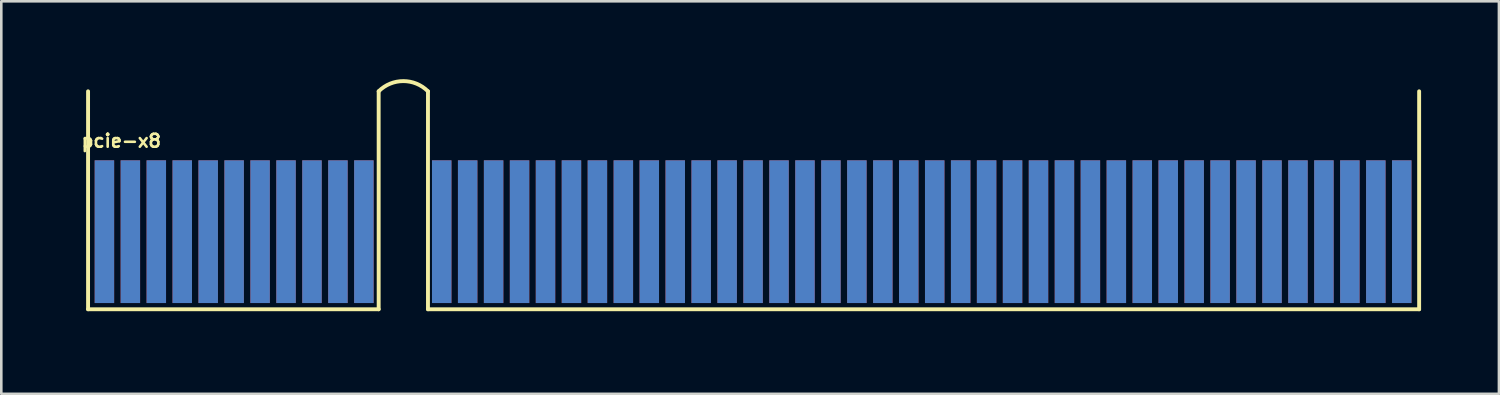
<source format=kicad_pcb>
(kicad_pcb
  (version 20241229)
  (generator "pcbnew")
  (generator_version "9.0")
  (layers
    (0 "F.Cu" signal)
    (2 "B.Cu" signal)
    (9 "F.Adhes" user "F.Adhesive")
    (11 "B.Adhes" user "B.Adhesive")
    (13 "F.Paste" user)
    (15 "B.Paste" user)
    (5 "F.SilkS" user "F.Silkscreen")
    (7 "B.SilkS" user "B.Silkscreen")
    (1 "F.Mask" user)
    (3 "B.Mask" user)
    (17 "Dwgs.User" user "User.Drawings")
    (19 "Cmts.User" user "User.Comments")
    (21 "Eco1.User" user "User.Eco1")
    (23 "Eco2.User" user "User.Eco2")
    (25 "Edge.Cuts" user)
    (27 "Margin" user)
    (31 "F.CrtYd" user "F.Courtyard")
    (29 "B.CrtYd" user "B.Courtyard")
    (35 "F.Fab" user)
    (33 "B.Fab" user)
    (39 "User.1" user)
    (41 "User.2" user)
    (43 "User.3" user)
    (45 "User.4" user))
  (footprint "pcie-x8"
    (layer "F.Cu")
    (at 12.474 8.879)
    (property "Reference" "pcie-x8" (at -10.85 -6.5 0) (layer "F.SilkS") (effects (font (size 0.5 0.5) (thickness 0.1))))
    (attr through_hole)
    (fp_line (start -12.13 -0.01) (end -12.13 -8.41) (stroke (width 0.15) (type solid)) (layer "F.SilkS"))
    (fp_line (start -0.93 -8.41) (end -0.93 -0.01) (stroke (width 0.15) (type solid)) (layer "F.SilkS"))
    (fp_line (start -0.93 -0.01) (end -12.13 -0.01) (stroke (width 0.15) (type solid)) (layer "F.SilkS"))
    (fp_line (start 0.97 -8.41) (end 0.97 -0.01) (stroke (width 0.15) (type solid)) (layer "F.SilkS"))
    (fp_line (start 0.97 -0.01) (end 39.17 -0.01) (stroke (width 0.15) (type solid)) (layer "F.SilkS"))
    (fp_line (start 39.17 -0.01) (end 39.17 -8.41) (stroke (width 0.15) (type solid)) (layer "F.SilkS"))
    (fp_arc (start -0.93 -8.41) (mid 0.02 -8.803503) (end 0.97 -8.41) (stroke (width 0.15) (type solid)) (layer "F.SilkS"))
    (pad "A1" connect rect (at -11.5 -3) (size 0.75 5.5) (layers "B.Cu" "B.Mask"))
    (pad "A2" connect rect (at -10.5 -3) (size 0.75 5.5) (layers "B.Cu" "B.Mask"))
    (pad "A3" connect rect (at -9.5 -3) (size 0.75 5.5) (layers "B.Cu" "B.Mask"))
    (pad "A4" connect rect (at -8.5 -3) (size 0.75 5.5) (layers "B.Cu" "B.Mask"))
    (pad "A5" connect rect (at -7.5 -3) (size 0.75 5.5) (layers "B.Cu" "B.Mask"))
    (pad "A6" connect rect (at -6.5 -3) (size 0.75 5.5) (layers "B.Cu" "B.Mask"))
    (pad "A7" connect rect (at -5.5 -3) (size 0.75 5.5) (layers "B.Cu" "B.Mask"))
    (pad "A8" connect rect (at -4.5 -3) (size 0.75 5.5) (layers "B.Cu" "B.Mask"))
    (pad "A9" connect rect (at -3.5 -3) (size 0.75 5.5) (layers "B.Cu" "B.Mask"))
    (pad "A10" connect rect (at -2.5 -3) (size 0.75 5.5) (layers "B.Cu" "B.Mask"))
    (pad "A11" connect rect (at -1.5 -3) (size 0.75 5.5) (layers "B.Cu" "B.Mask"))
    (pad "A12" connect rect (at 1.5 -3) (size 0.75 5.5) (layers "B.Cu" "B.Mask"))
    (pad "A13" connect rect (at 2.5 -3) (size 0.75 5.5) (layers "B.Cu" "B.Mask"))
    (pad "A14" connect rect (at 3.5 -3) (size 0.75 5.5) (layers "B.Cu" "B.Mask"))
    (pad "A15" connect rect (at 4.5 -3) (size 0.75 5.5) (layers "B.Cu" "B.Mask"))
    (pad "A16" connect rect (at 5.5 -3) (size 0.75 5.5) (layers "B.Cu" "B.Mask"))
    (pad "A17" connect rect (at 6.5 -3) (size 0.75 5.5) (layers "B.Cu" "B.Mask"))
    (pad "A18" connect rect (at 7.5 -3) (size 0.75 5.5) (layers "B.Cu" "B.Mask"))
    (pad "A19" connect rect (at 8.5 -3) (size 0.75 5.5) (layers "B.Cu" "B.Mask"))
    (pad "A20" connect rect (at 9.5 -3) (size 0.75 5.5) (layers "B.Cu" "B.Mask"))
    (pad "A21" connect rect (at 10.5 -3) (size 0.75 5.5) (layers "B.Cu" "B.Mask"))
    (pad "A22" connect rect (at 11.5 -3) (size 0.75 5.5) (layers "B.Cu" "B.Mask"))
    (pad "A23" connect rect (at 12.5 -3) (size 0.75 5.5) (layers "B.Cu" "B.Mask"))
    (pad "A24" connect rect (at 13.5 -3) (size 0.75 5.5) (layers "B.Cu" "B.Mask"))
    (pad "A25" connect rect (at 14.5 -3) (size 0.75 5.5) (layers "B.Cu" "B.Mask"))
    (pad "A26" connect rect (at 15.5 -3) (size 0.75 5.5) (layers "B.Cu" "B.Mask"))
    (pad "A27" connect rect (at 16.5 -3) (size 0.75 5.5) (layers "B.Cu" "B.Mask"))
    (pad "A28" connect rect (at 17.5 -3) (size 0.75 5.5) (layers "B.Cu" "B.Mask"))
    (pad "A29" connect rect (at 18.5 -3) (size 0.75 5.5) (layers "B.Cu" "B.Mask"))
    (pad "A30" connect rect (at 19.5 -3) (size 0.75 5.5) (layers "B.Cu" "B.Mask"))
    (pad "A31" connect rect (at 20.5 -3) (size 0.75 5.5) (layers "B.Cu" "B.Mask"))
    (pad "A32" connect rect (at 21.5 -3) (size 0.75 5.5) (layers "B.Cu" "B.Mask"))
    (pad "A33" connect rect (at 22.5 -3) (size 0.75 5.5) (layers "B.Cu" "B.Mask"))
    (pad "A34" connect rect (at 23.5 -3) (size 0.75 5.5) (layers "B.Cu" "B.Mask"))
    (pad "A35" connect rect (at 24.5 -3) (size 0.75 5.5) (layers "B.Cu" "B.Mask"))
    (pad "A36" connect rect (at 25.5 -3) (size 0.75 5.5) (layers "B.Cu" "B.Mask"))
    (pad "A37" connect rect (at 26.5 -3) (size 0.75 5.5) (layers "B.Cu" "B.Mask"))
    (pad "A38" connect rect (at 27.5 -3) (size 0.75 5.5) (layers "B.Cu" "B.Mask"))
    (pad "A39" connect rect (at 28.5 -3) (size 0.75 5.5) (layers "B.Cu" "B.Mask"))
    (pad "A40" connect rect (at 29.5 -3) (size 0.75 5.5) (layers "B.Cu" "B.Mask"))
    (pad "A41" connect rect (at 30.5 -3) (size 0.75 5.5) (layers "B.Cu" "B.Mask"))
    (pad "A42" connect rect (at 31.5 -3) (size 0.75 5.5) (layers "B.Cu" "B.Mask"))
    (pad "A43" connect rect (at 32.5 -3) (size 0.75 5.5) (layers "B.Cu" "B.Mask"))
    (pad "A44" connect rect (at 33.5 -3) (size 0.75 5.5) (layers "B.Cu" "B.Mask"))
    (pad "A45" connect rect (at 34.5 -3) (size 0.75 5.5) (layers "B.Cu" "B.Mask"))
    (pad "A46" connect rect (at 35.5 -3) (size 0.75 5.5) (layers "B.Cu" "B.Mask"))
    (pad "A47" connect rect (at 36.5 -3) (size 0.75 5.5) (layers "B.Cu" "B.Mask"))
    (pad "A48" connect rect (at 37.5 -3) (size 0.75 5.5) (layers "B.Cu" "B.Mask"))
    (pad "A49" connect rect (at 38.5 -3) (size 0.75 5.5) (layers "B.Cu" "B.Mask"))
    (pad "B1" connect rect (at -11.5 -3) (size 0.75 5.5) (layers "F.Cu" "F.Mask"))
    (pad "B2" connect rect (at -10.5 -3) (size 0.75 5.5) (layers "F.Cu" "F.Mask"))
    (pad "B3" connect rect (at -9.5 -3) (size 0.75 5.5) (layers "F.Cu" "F.Mask"))
    (pad "B4" connect rect (at -8.5 -3) (size 0.75 5.5) (layers "F.Cu" "F.Mask"))
    (pad "B5" connect rect (at -7.5 -3) (size 0.75 5.5) (layers "F.Cu" "F.Mask"))
    (pad "B6" connect rect (at -6.5 -3) (size 0.75 5.5) (layers "F.Cu" "F.Mask"))
    (pad "B7" connect rect (at -5.5 -3) (size 0.75 5.5) (layers "F.Cu" "F.Mask"))
    (pad "B8" connect rect (at -4.5 -3) (size 0.75 5.5) (layers "F.Cu" "F.Mask"))
    (pad "B9" connect rect (at -3.5 -3) (size 0.75 5.5) (layers "F.Cu" "F.Mask"))
    (pad "B10" connect rect (at -2.5 -3) (size 0.75 5.5) (layers "F.Cu" "F.Mask"))
    (pad "B11" connect rect (at -1.5 -3) (size 0.75 5.5) (layers "F.Cu" "F.Mask"))
    (pad "B12" connect rect (at 1.5 -3) (size 0.75 5.5) (layers "F.Cu" "F.Mask"))
    (pad "B13" connect rect (at 2.5 -3) (size 0.75 5.5) (layers "F.Cu" "F.Mask"))
    (pad "B14" connect rect (at 3.5 -3) (size 0.75 5.5) (layers "F.Cu" "F.Mask"))
    (pad "B15" connect rect (at 4.5 -3) (size 0.75 5.5) (layers "F.Cu" "F.Mask"))
    (pad "B16" connect rect (at 5.5 -3) (size 0.75 5.5) (layers "F.Cu" "F.Mask"))
    (pad "B17" connect rect (at 6.5 -3) (size 0.75 5.5) (layers "F.Cu" "F.Mask"))
    (pad "B18" connect rect (at 7.5 -3) (size 0.75 5.5) (layers "F.Cu" "F.Mask"))
    (pad "B19" connect rect (at 8.5 -3) (size 0.75 5.5) (layers "F.Cu" "F.Mask"))
    (pad "B20" connect rect (at 9.5 -3) (size 0.75 5.5) (layers "F.Cu" "F.Mask"))
    (pad "B21" connect rect (at 10.5 -3) (size 0.75 5.5) (layers "F.Cu" "F.Mask"))
    (pad "B22" connect rect (at 11.5 -3) (size 0.75 5.5) (layers "F.Cu" "F.Mask"))
    (pad "B23" connect rect (at 12.5 -3) (size 0.75 5.5) (layers "F.Cu" "F.Mask"))
    (pad "B24" connect rect (at 13.5 -3) (size 0.75 5.5) (layers "F.Cu" "F.Mask"))
    (pad "B25" connect rect (at 14.5 -3) (size 0.75 5.5) (layers "F.Cu" "F.Mask"))
    (pad "B26" connect rect (at 15.5 -3) (size 0.75 5.5) (layers "F.Cu" "F.Mask"))
    (pad "B27" connect rect (at 16.5 -3) (size 0.75 5.5) (layers "F.Cu" "F.Mask"))
    (pad "B28" connect rect (at 17.5 -3) (size 0.75 5.5) (layers "F.Cu" "F.Mask"))
    (pad "B29" connect rect (at 18.5 -3) (size 0.75 5.5) (layers "F.Cu" "F.Mask"))
    (pad "B30" connect rect (at 19.5 -3) (size 0.75 5.5) (layers "F.Cu" "F.Mask"))
    (pad "B31" connect rect (at 20.5 -3) (size 0.75 5.5) (layers "F.Cu" "F.Mask"))
    (pad "B32" connect rect (at 21.5 -3) (size 0.75 5.5) (layers "F.Cu" "F.Mask"))
    (pad "B33" connect rect (at 22.5 -3) (size 0.75 5.5) (layers "F.Cu" "F.Mask"))
    (pad "B34" connect rect (at 23.5 -3) (size 0.75 5.5) (layers "F.Cu" "F.Mask"))
    (pad "B35" connect rect (at 24.5 -3) (size 0.75 5.5) (layers "F.Cu" "F.Mask"))
    (pad "B36" connect rect (at 25.5 -3) (size 0.75 5.5) (layers "F.Cu" "F.Mask"))
    (pad "B37" connect rect (at 26.5 -3) (size 0.75 5.5) (layers "F.Cu" "F.Mask"))
    (pad "B38" connect rect (at 27.5 -3) (size 0.75 5.5) (layers "F.Cu" "F.Mask"))
    (pad "B39" connect rect (at 28.5 -3) (size 0.75 5.5) (layers "F.Cu" "F.Mask"))
    (pad "B40" connect rect (at 29.5 -3) (size 0.75 5.5) (layers "F.Cu" "F.Mask"))
    (pad "B41" connect rect (at 30.5 -3) (size 0.75 5.5) (layers "F.Cu" "F.Mask"))
    (pad "B42" connect rect (at 31.5 -3) (size 0.75 5.5) (layers "F.Cu" "F.Mask"))
    (pad "B43" connect rect (at 32.5 -3) (size 0.75 5.5) (layers "F.Cu" "F.Mask"))
    (pad "B44" connect rect (at 33.5 -3) (size 0.75 5.5) (layers "F.Cu" "F.Mask"))
    (pad "B45" connect rect (at 34.5 -3) (size 0.75 5.5) (layers "F.Cu" "F.Mask"))
    (pad "B46" connect rect (at 35.5 -3) (size 0.75 5.5) (layers "F.Cu" "F.Mask"))
    (pad "B47" connect rect (at 36.5 -3) (size 0.75 5.5) (layers "F.Cu" "F.Mask"))
    (pad "B48" connect rect (at 37.5 -3) (size 0.75 5.5) (layers "F.Cu" "F.Mask"))
    (pad "B49" connect rect (at 38.5 -3) (size 0.75 5.5) (layers "F.Cu" "F.Mask")))
  (gr_rect
    (start -3 -3)
    (end 54.719 12.129)
    (stroke (width 0.1) (type default))
    (fill no)
    (layer "Edge.Cuts")))
</source>
